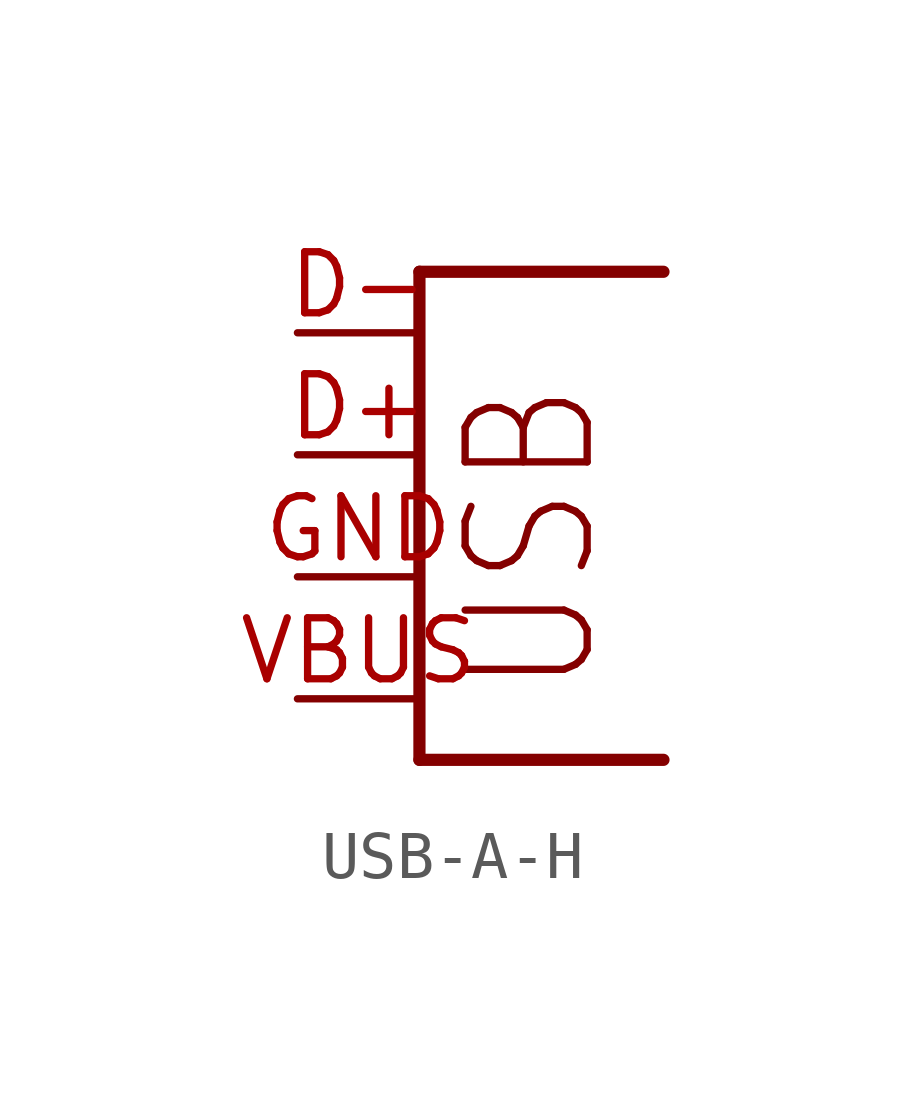
<source format=kicad_sym>
(kicad_symbol_lib
  (version 20231120)
  (generator "kicad_symbol_editor")
  (generator_version "8.0")
  (symbol "USB-A-H"
    (property "Reference" "JP"
      (at 0 0 0)
      (effects (font (size 1.27 1.27)) (hide yes)))
    (property "ki_locked" ""
      (at 0 0 0)
      (effects (font (size 1.27 1.27))))
    (symbol "USB-A-H_1_0"
      (polyline (pts (xy 0 -1.27) (xy 5.08 -1.27)) (stroke (width 0.254) (type solid)) (fill (type none)))
      (polyline (pts (xy 0 8.89) (xy 0 -1.27)) (stroke (width 0.254) (type solid)) (fill (type none)))
      (polyline (pts (xy 5.08 8.89) (xy 0 8.89)) (stroke (width 0.254) (type solid)) (fill (type none)))
      (text "USB" (at 3.81 0 900) (effects (font (size 2.54 2.159)) (justify left bottom)))
      (pin bidirectional line (at -2.54 5.08 0) (length 2.54) (name "D-" (effects (font (size 0 0)))) (number "D+" (effects (font (size 1.27 1.27)))))
      (pin bidirectional line (at -2.54 7.62 0) (length 2.54) (name "D+" (effects (font (size 0 0)))) (number "D-" (effects (font (size 1.27 1.27)))))
      (pin bidirectional line (at -2.54 2.54 0) (length 2.54) (name "VBUS" (effects (font (size 0 0)))) (number "GND" (effects (font (size 1.27 1.27)))))
      (pin bidirectional line (at -2.54 0 0) (length 2.54) (name "GND" (effects (font (size 0 0)))) (number "VBUS" (effects (font (size 1.27 1.27))))))))
</source>
